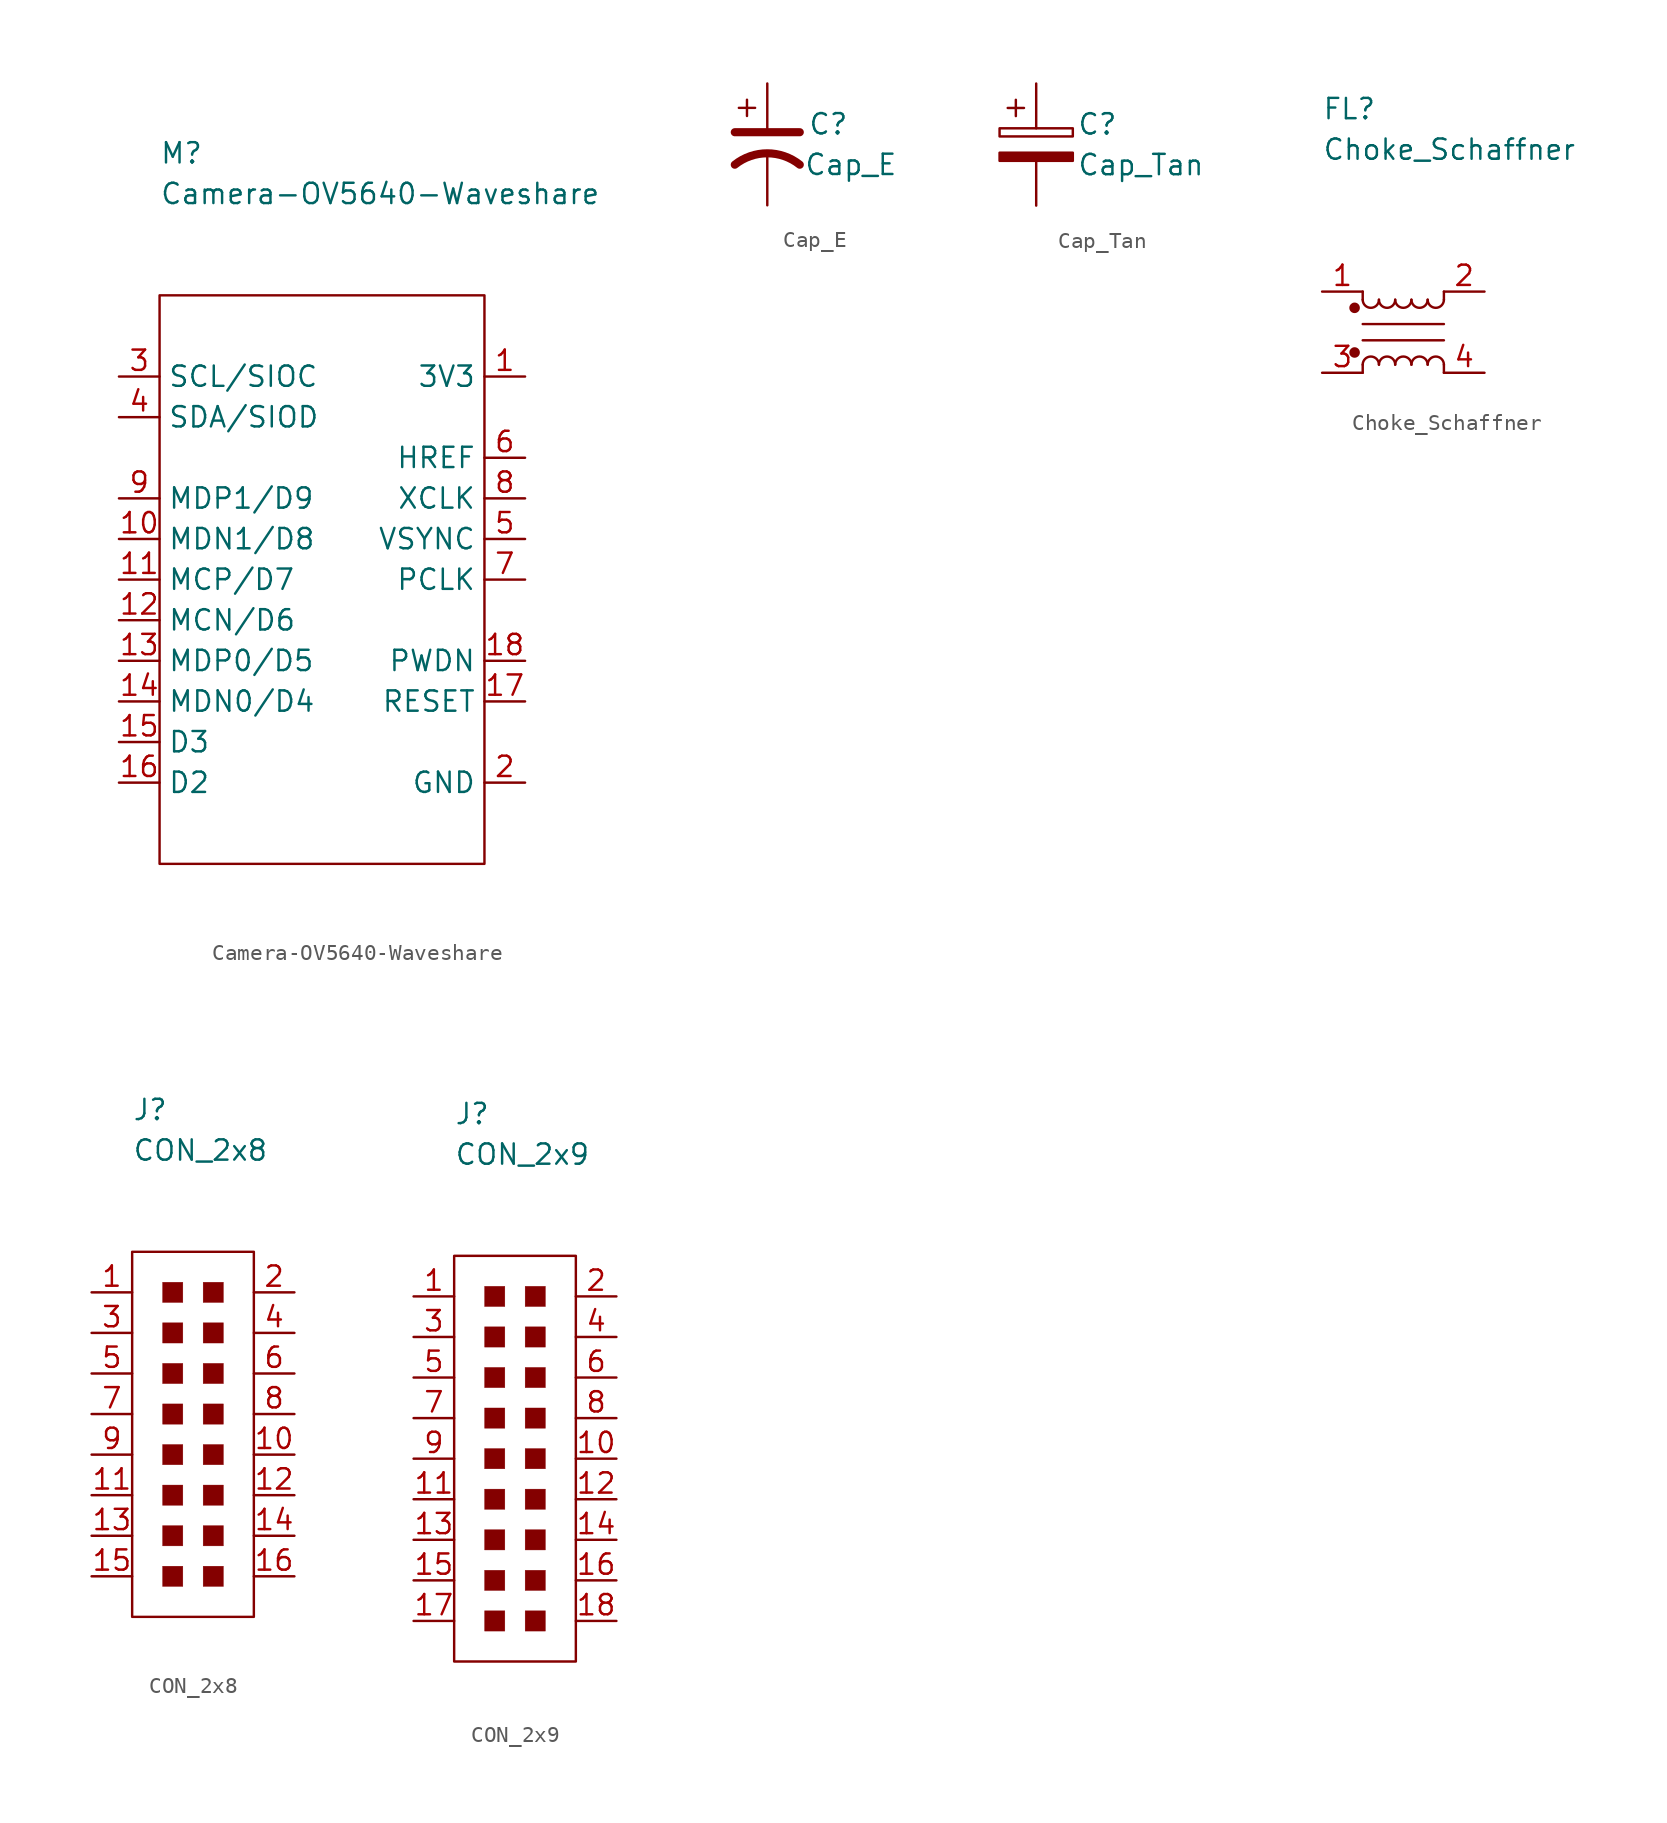
<source format=kicad_sym>
(kicad_symbol_lib
  (version 20211014)
  (generator kicad_symbol_editor)
  (symbol "Camera-OV5640-Waveshare"
    (property "Reference" "M"
      (at 0 8.89 0)
      (effects (font (size 1.27 1.27)) (justify left)))
    (property "Value" "Camera-OV5640-Waveshare"
      (at 0 6.35 0)
      (effects (font (size 1.27 1.27)) (justify left)))
    (symbol "Camera-OV5640-Waveshare_0_1"
      (rectangle (start 0 0) (end 20.32 -35.56) (stroke (width 0.152) (type default) (color 0 0 0 0)) (fill (type none))))
    (symbol "Camera-OV5640-Waveshare_1_1"
      (pin passive line (at 22.86 -5.08 180) (length 2.54) (name "3V3" (effects (font (size 1.27 1.27)))) (number "1" (effects (font (size 1.27 1.27)))))
      (pin passive line (at -2.54 -15.24 0) (length 2.54) (name "MDN1/D8" (effects (font (size 1.27 1.27)))) (number "10" (effects (font (size 1.27 1.27)))))
      (pin passive line (at -2.54 -17.78 0) (length 2.54) (name "MCP/D7" (effects (font (size 1.27 1.27)))) (number "11" (effects (font (size 1.27 1.27)))))
      (pin passive line (at -2.54 -20.32 0) (length 2.54) (name "MCN/D6" (effects (font (size 1.27 1.27)))) (number "12" (effects (font (size 1.27 1.27)))))
      (pin passive line (at -2.54 -22.86 0) (length 2.54) (name "MDP0/D5" (effects (font (size 1.27 1.27)))) (number "13" (effects (font (size 1.27 1.27)))))
      (pin passive line (at -2.54 -25.4 0) (length 2.54) (name "MDN0/D4" (effects (font (size 1.27 1.27)))) (number "14" (effects (font (size 1.27 1.27)))))
      (pin passive line (at -2.54 -27.94 0) (length 2.54) (name "D3" (effects (font (size 1.27 1.27)))) (number "15" (effects (font (size 1.27 1.27)))))
      (pin passive line (at -2.54 -30.48 0) (length 2.54) (name "D2" (effects (font (size 1.27 1.27)))) (number "16" (effects (font (size 1.27 1.27)))))
      (pin passive line (at 22.86 -25.4 180) (length 2.54) (name "RESET" (effects (font (size 1.27 1.27)))) (number "17" (effects (font (size 1.27 1.27)))))
      (pin passive line (at 22.86 -22.86 180) (length 2.54) (name "PWDN" (effects (font (size 1.27 1.27)))) (number "18" (effects (font (size 1.27 1.27)))))
      (pin passive line (at 22.86 -30.48 180) (length 2.54) (name "GND" (effects (font (size 1.27 1.27)))) (number "2" (effects (font (size 1.27 1.27)))))
      (pin passive line (at -2.54 -5.08 0) (length 2.54) (name "SCL/SIOC" (effects (font (size 1.27 1.27)))) (number "3" (effects (font (size 1.27 1.27)))))
      (pin passive line (at -2.54 -7.62 0) (length 2.54) (name "SDA/SIOD" (effects (font (size 1.27 1.27)))) (number "4" (effects (font (size 1.27 1.27)))))
      (pin passive line (at 22.86 -15.24 180) (length 2.54) (name "VSYNC" (effects (font (size 1.27 1.27)))) (number "5" (effects (font (size 1.27 1.27)))))
      (pin passive line (at 22.86 -10.16 180) (length 2.54) (name "HREF" (effects (font (size 1.27 1.27)))) (number "6" (effects (font (size 1.27 1.27)))))
      (pin passive line (at 22.86 -17.78 180) (length 2.54) (name "PCLK" (effects (font (size 1.27 1.27)))) (number "7" (effects (font (size 1.27 1.27)))))
      (pin passive line (at 22.86 -12.7 180) (length 2.54) (name "XCLK" (effects (font (size 1.27 1.27)))) (number "8" (effects (font (size 1.27 1.27)))))
      (pin passive line (at -2.54 -12.7 0) (length 2.54) (name "MDP1/D9" (effects (font (size 1.27 1.27)))) (number "9" (effects (font (size 1.27 1.27)))))))
  (symbol "Cap_E"
    (pin_numbers hide)
    (pin_names
      (offset 0.254) hide)
    (property "Reference" "C"
      (at 2.54 2.54 0)
      (effects (font (size 1.27 1.27)) (justify left)))
    (property "Value" "Cap_E"
      (at 2.286 0 0)
      (effects (font (size 1.27 1.27)) (justify left)))
    (symbol "Cap_E_0_1"
      (polyline (pts (xy -2.032 2.032) (xy 2.032 2.032)) (stroke (width 0.508) (type default) (color 0 0 0 0)) (fill (type none)))
      (polyline (pts (xy -1.778 3.556) (xy -0.762 3.556)) (stroke (width 0) (type default) (color 0 0 0 0)) (fill (type none)))
      (polyline (pts (xy -1.27 3.048) (xy -1.27 4.064)) (stroke (width 0) (type default) (color 0 0 0 0)) (fill (type none)))
      (arc (start 2.032 0) (mid 0 0.7128) (end -2.032 0) (stroke (width 0.508) (type default) (color 0 0 0 0)) (fill (type none))))
    (symbol "Cap_E_1_1"
      (pin passive line (at 0 -2.54 90) (length 3.302) (name "~" (effects (font (size 1.27 1.27)))) (number "N" (effects (font (size 1.27 1.27)))))
      (pin passive line (at 0 5.08 270) (length 2.794) (name "~" (effects (font (size 1.27 1.27)))) (number "P" (effects (font (size 1.27 1.27)))))))
  (symbol "Cap_Tan"
    (pin_numbers hide)
    (pin_names
      (offset 0.254))
    (property "Reference" "C"
      (at 2.54 2.54 0)
      (effects (font (size 1.27 1.27)) (justify left)))
    (property "Value" "Cap_Tan"
      (at 2.54 0 0)
      (effects (font (size 1.27 1.27)) (justify left)))
    (symbol "Cap_Tan_0_1"
      (rectangle (start -2.286 1.778) (end 2.286 2.286) (stroke (width 0) (type default) (color 0 0 0 0)) (fill (type none)))
      (polyline (pts (xy -1.778 3.556) (xy -0.762 3.556)) (stroke (width 0) (type default) (color 0 0 0 0)) (fill (type none)))
      (polyline (pts (xy -1.27 4.064) (xy -1.27 3.048)) (stroke (width 0) (type default) (color 0 0 0 0)) (fill (type none)))
      (rectangle (start 2.286 0.762) (end -2.286 0.254) (stroke (width 0) (type default) (color 0 0 0 0)) (fill (type outline))))
    (symbol "Cap_Tan_1_1"
      (pin passive line (at 0 -2.54 90) (length 2.794) (name "~" (effects (font (size 1.27 1.27)))) (number "N" (effects (font (size 1.27 1.27)))))
      (pin passive line (at 0 5.08 270) (length 2.794) (name "~" (effects (font (size 1.27 1.27)))) (number "P" (effects (font (size 1.27 1.27)))))))
  (symbol "Choke_Schaffner"
    (pin_names hide)
    (property "Reference" "FL"
      (at 0 11.43 0)
      (effects (font (size 1.27 1.27)) (justify left)))
    (property "Value" "Choke_Schaffner"
      (at 0 8.89 0)
      (effects (font (size 1.27 1.27)) (justify left)))
    (symbol "Choke_Schaffner_1_1"
      (polyline (pts (xy 2.54 -4.572) (xy 2.54 -5.08)) (stroke (width 0) (type default) (color 0 0 0 0)) (fill (type none)))
      (polyline (pts (xy 2.54 -2.032) (xy 7.62 -2.032)) (stroke (width 0) (type default) (color 0 0 0 0)) (fill (type none)))
      (polyline (pts (xy 2.54 -0.508) (xy 2.54 0)) (stroke (width 0) (type default) (color 0 0 0 0)) (fill (type none)))
      (polyline (pts (xy 7.62 -4.572) (xy 7.62 -5.08)) (stroke (width 0) (type default) (color 0 0 0 0)) (fill (type none)))
      (polyline (pts (xy 7.62 -3.048) (xy 2.54 -3.048)) (stroke (width 0) (type default) (color 0 0 0 0)) (fill (type none)))
      (polyline (pts (xy 7.62 0) (xy 7.62 -0.508)) (stroke (width 0) (type default) (color 0 0 0 0)) (fill (type none)))
      (circle (center 2.032 -3.81) (radius 0.254) (stroke (width 0) (type default) (color 0 0 0 0)) (fill (type outline)))
      (circle (center 2.032 -1.016) (radius 0.254) (stroke (width 0) (type default) (color 0 0 0 0)) (fill (type outline)))
      (arc (start 2.54 -0.508) (mid 3.048 -1.016) (end 3.556 -0.508) (stroke (width 0) (type default) (color 0 0 0 0)) (fill (type none)))
      (arc (start 3.556 -4.572) (mid 3.048 -4.064) (end 2.54 -4.572) (stroke (width 0) (type default) (color 0 0 0 0)) (fill (type none)))
      (arc (start 3.556 -0.508) (mid 4.064 -1.016) (end 4.572 -0.508) (stroke (width 0) (type default) (color 0 0 0 0)) (fill (type none)))
      (arc (start 4.572 -4.572) (mid 4.064 -4.064) (end 3.556 -4.572) (stroke (width 0) (type default) (color 0 0 0 0)) (fill (type none)))
      (arc (start 4.572 -0.508) (mid 5.08 -1.016) (end 5.588 -0.508) (stroke (width 0) (type default) (color 0 0 0 0)) (fill (type none)))
      (arc (start 5.588 -4.572) (mid 5.08 -4.064) (end 4.572 -4.572) (stroke (width 0) (type default) (color 0 0 0 0)) (fill (type none)))
      (arc (start 5.588 -0.508) (mid 6.096 -1.016) (end 6.604 -0.508) (stroke (width 0) (type default) (color 0 0 0 0)) (fill (type none)))
      (arc (start 6.604 -4.572) (mid 6.096 -4.064) (end 5.588 -4.572) (stroke (width 0) (type default) (color 0 0 0 0)) (fill (type none)))
      (arc (start 6.604 -0.508) (mid 7.112 -1.016) (end 7.62 -0.508) (stroke (width 0) (type default) (color 0 0 0 0)) (fill (type none)))
      (arc (start 7.62 -4.572) (mid 7.112 -4.064) (end 6.604 -4.572) (stroke (width 0) (type default) (color 0 0 0 0)) (fill (type none)))
      (pin passive line (at 0 0 0) (length 2.54) (name "1" (effects (font (size 1.27 1.27)))) (number "1" (effects (font (size 1.27 1.27)))))
      (pin passive line (at 10.16 0 180) (length 2.54) (name "2" (effects (font (size 1.27 1.27)))) (number "2" (effects (font (size 1.27 1.27)))))
      (pin passive line (at 0 -5.08 0) (length 2.54) (name "3" (effects (font (size 1.27 1.27)))) (number "3" (effects (font (size 1.27 1.27)))))
      (pin passive line (at 10.16 -5.08 180) (length 2.54) (name "4" (effects (font (size 1.27 1.27)))) (number "4" (effects (font (size 1.27 1.27)))))))
  (symbol "CON_2x8"
    (pin_names
      (offset 1.016))
    (property "Reference" "J"
      (at -5.08 21.59 0)
      (effects (font (size 1.27 1.27)) (justify left)))
    (property "Value" "CON_2x8"
      (at -5.08 19.05 0)
      (effects (font (size 1.27 1.27)) (justify left)))
    (symbol "CON_2x8_0_1"
      (rectangle (start -5.08 12.7) (end 2.54 -10.16) (stroke (width 0.152) (type default) (color 0 0 0 0)) (fill (type none)))
      (rectangle (start -3.175 -6.985) (end -1.905 -8.255) (stroke (width 0.001) (type default) (color 0 0 0 0)) (fill (type outline)))
      (rectangle (start -3.175 -4.445) (end -1.905 -5.715) (stroke (width 0.001) (type default) (color 0 0 0 0)) (fill (type outline)))
      (rectangle (start -3.175 -1.905) (end -1.905 -3.175) (stroke (width 0.001) (type default) (color 0 0 0 0)) (fill (type outline)))
      (rectangle (start -3.175 0.635) (end -1.905 -0.635) (stroke (width 0.001) (type default) (color 0 0 0 0)) (fill (type outline)))
      (rectangle (start -3.175 3.175) (end -1.905 1.905) (stroke (width 0.001) (type default) (color 0 0 0 0)) (fill (type outline)))
      (rectangle (start -3.175 5.715) (end -1.905 4.445) (stroke (width 0.001) (type default) (color 0 0 0 0)) (fill (type outline)))
      (rectangle (start -3.175 8.255) (end -1.905 6.985) (stroke (width 0.001) (type default) (color 0 0 0 0)) (fill (type outline)))
      (rectangle (start -3.175 10.795) (end -1.905 9.525) (stroke (width 0.001) (type default) (color 0 0 0 0)) (fill (type outline)))
      (rectangle (start -0.635 -6.985) (end 0.635 -8.255) (stroke (width 0.001) (type default) (color 0 0 0 0)) (fill (type outline)))
      (rectangle (start -0.635 -4.445) (end 0.635 -5.715) (stroke (width 0.001) (type default) (color 0 0 0 0)) (fill (type outline)))
      (rectangle (start -0.635 -1.905) (end 0.635 -3.175) (stroke (width 0.001) (type default) (color 0 0 0 0)) (fill (type outline)))
      (rectangle (start -0.635 0.635) (end 0.635 -0.635) (stroke (width 0.001) (type default) (color 0 0 0 0)) (fill (type outline)))
      (rectangle (start -0.635 3.175) (end 0.635 1.905) (stroke (width 0.001) (type default) (color 0 0 0 0)) (fill (type outline)))
      (rectangle (start -0.635 5.715) (end 0.635 4.445) (stroke (width 0.001) (type default) (color 0 0 0 0)) (fill (type outline)))
      (rectangle (start -0.635 8.255) (end 0.635 6.985) (stroke (width 0.001) (type default) (color 0 0 0 0)) (fill (type outline)))
      (rectangle (start -0.635 10.795) (end 0.635 9.525) (stroke (width 0.001) (type default) (color 0 0 0 0)) (fill (type outline))))
    (symbol "CON_2x8_1_1"
      (pin passive line (at -7.62 10.16 0) (length 2.54) (name "~" (effects (font (size 1.27 1.27)))) (number "1" (effects (font (size 1.27 1.27)))))
      (pin passive line (at 5.08 0 180) (length 2.54) (name "~" (effects (font (size 1.27 1.27)))) (number "10" (effects (font (size 1.27 1.27)))))
      (pin passive line (at -7.62 -2.54 0) (length 2.54) (name "~" (effects (font (size 1.27 1.27)))) (number "11" (effects (font (size 1.27 1.27)))))
      (pin passive line (at 5.08 -2.54 180) (length 2.54) (name "~" (effects (font (size 1.27 1.27)))) (number "12" (effects (font (size 1.27 1.27)))))
      (pin passive line (at -7.62 -5.08 0) (length 2.54) (name "~" (effects (font (size 1.27 1.27)))) (number "13" (effects (font (size 1.27 1.27)))))
      (pin passive line (at 5.08 -5.08 180) (length 2.54) (name "~" (effects (font (size 1.27 1.27)))) (number "14" (effects (font (size 1.27 1.27)))))
      (pin passive line (at -7.62 -7.62 0) (length 2.54) (name "~" (effects (font (size 1.27 1.27)))) (number "15" (effects (font (size 1.27 1.27)))))
      (pin passive line (at 5.08 -7.62 180) (length 2.54) (name "~" (effects (font (size 1.27 1.27)))) (number "16" (effects (font (size 1.27 1.27)))))
      (pin passive line (at 5.08 10.16 180) (length 2.54) (name "~" (effects (font (size 1.27 1.27)))) (number "2" (effects (font (size 1.27 1.27)))))
      (pin passive line (at -7.62 7.62 0) (length 2.54) (name "~" (effects (font (size 1.27 1.27)))) (number "3" (effects (font (size 1.27 1.27)))))
      (pin passive line (at 5.08 7.62 180) (length 2.54) (name "~" (effects (font (size 1.27 1.27)))) (number "4" (effects (font (size 1.27 1.27)))))
      (pin passive line (at -7.62 5.08 0) (length 2.54) (name "~" (effects (font (size 1.27 1.27)))) (number "5" (effects (font (size 1.27 1.27)))))
      (pin passive line (at 5.08 5.08 180) (length 2.54) (name "~" (effects (font (size 1.27 1.27)))) (number "6" (effects (font (size 1.27 1.27)))))
      (pin passive line (at -7.62 2.54 0) (length 2.54) (name "~" (effects (font (size 1.27 1.27)))) (number "7" (effects (font (size 1.27 1.27)))))
      (pin passive line (at 5.08 2.54 180) (length 2.54) (name "~" (effects (font (size 1.27 1.27)))) (number "8" (effects (font (size 1.27 1.27)))))
      (pin passive line (at -7.62 0 0) (length 2.54) (name "~" (effects (font (size 1.27 1.27)))) (number "9" (effects (font (size 1.27 1.27)))))))
  (symbol "CON_2x9"
    (pin_names
      (offset 1.016))
    (property "Reference" "J"
      (at -5.08 21.59 0)
      (effects (font (size 1.27 1.27)) (justify left)))
    (property "Value" "CON_2x9"
      (at -5.08 19.05 0)
      (effects (font (size 1.27 1.27)) (justify left)))
    (symbol "CON_2x9_0_1"
      (rectangle (start -5.08 12.7) (end 2.54 -12.7) (stroke (width 0.152) (type default) (color 0 0 0 0)) (fill (type none)))
      (rectangle (start -3.175 -9.525) (end -1.905 -10.795) (stroke (width 0.001) (type default) (color 0 0 0 0)) (fill (type outline)))
      (rectangle (start -3.175 -6.985) (end -1.905 -8.255) (stroke (width 0.001) (type default) (color 0 0 0 0)) (fill (type outline)))
      (rectangle (start -3.175 -4.445) (end -1.905 -5.715) (stroke (width 0.001) (type default) (color 0 0 0 0)) (fill (type outline)))
      (rectangle (start -3.175 -1.905) (end -1.905 -3.175) (stroke (width 0.001) (type default) (color 0 0 0 0)) (fill (type outline)))
      (rectangle (start -3.175 0.635) (end -1.905 -0.635) (stroke (width 0.001) (type default) (color 0 0 0 0)) (fill (type outline)))
      (rectangle (start -3.175 3.175) (end -1.905 1.905) (stroke (width 0.001) (type default) (color 0 0 0 0)) (fill (type outline)))
      (rectangle (start -3.175 5.715) (end -1.905 4.445) (stroke (width 0.001) (type default) (color 0 0 0 0)) (fill (type outline)))
      (rectangle (start -3.175 8.255) (end -1.905 6.985) (stroke (width 0.001) (type default) (color 0 0 0 0)) (fill (type outline)))
      (rectangle (start -3.175 10.795) (end -1.905 9.525) (stroke (width 0.001) (type default) (color 0 0 0 0)) (fill (type outline)))
      (rectangle (start -0.635 -9.525) (end 0.635 -10.795) (stroke (width 0.001) (type default) (color 0 0 0 0)) (fill (type outline)))
      (rectangle (start -0.635 -6.985) (end 0.635 -8.255) (stroke (width 0.001) (type default) (color 0 0 0 0)) (fill (type outline)))
      (rectangle (start -0.635 -4.445) (end 0.635 -5.715) (stroke (width 0.001) (type default) (color 0 0 0 0)) (fill (type outline)))
      (rectangle (start -0.635 -1.905) (end 0.635 -3.175) (stroke (width 0.001) (type default) (color 0 0 0 0)) (fill (type outline)))
      (rectangle (start -0.635 0.635) (end 0.635 -0.635) (stroke (width 0.001) (type default) (color 0 0 0 0)) (fill (type outline)))
      (rectangle (start -0.635 3.175) (end 0.635 1.905) (stroke (width 0.001) (type default) (color 0 0 0 0)) (fill (type outline)))
      (rectangle (start -0.635 5.715) (end 0.635 4.445) (stroke (width 0.001) (type default) (color 0 0 0 0)) (fill (type outline)))
      (rectangle (start -0.635 8.255) (end 0.635 6.985) (stroke (width 0.001) (type default) (color 0 0 0 0)) (fill (type outline)))
      (rectangle (start -0.635 10.795) (end 0.635 9.525) (stroke (width 0.001) (type default) (color 0 0 0 0)) (fill (type outline))))
    (symbol "CON_2x9_1_1"
      (pin passive line (at -7.62 10.16 0) (length 2.54) (name "~" (effects (font (size 1.27 1.27)))) (number "1" (effects (font (size 1.27 1.27)))))
      (pin passive line (at 5.08 0 180) (length 2.54) (name "~" (effects (font (size 1.27 1.27)))) (number "10" (effects (font (size 1.27 1.27)))))
      (pin passive line (at -7.62 -2.54 0) (length 2.54) (name "~" (effects (font (size 1.27 1.27)))) (number "11" (effects (font (size 1.27 1.27)))))
      (pin passive line (at 5.08 -2.54 180) (length 2.54) (name "~" (effects (font (size 1.27 1.27)))) (number "12" (effects (font (size 1.27 1.27)))))
      (pin passive line (at -7.62 -5.08 0) (length 2.54) (name "~" (effects (font (size 1.27 1.27)))) (number "13" (effects (font (size 1.27 1.27)))))
      (pin passive line (at 5.08 -5.08 180) (length 2.54) (name "~" (effects (font (size 1.27 1.27)))) (number "14" (effects (font (size 1.27 1.27)))))
      (pin passive line (at -7.62 -7.62 0) (length 2.54) (name "~" (effects (font (size 1.27 1.27)))) (number "15" (effects (font (size 1.27 1.27)))))
      (pin passive line (at 5.08 -7.62 180) (length 2.54) (name "~" (effects (font (size 1.27 1.27)))) (number "16" (effects (font (size 1.27 1.27)))))
      (pin passive line (at -7.62 -10.16 0) (length 2.54) (name "~" (effects (font (size 1.27 1.27)))) (number "17" (effects (font (size 1.27 1.27)))))
      (pin passive line (at 5.08 -10.16 180) (length 2.54) (name "~" (effects (font (size 1.27 1.27)))) (number "18" (effects (font (size 1.27 1.27)))))
      (pin passive line (at 5.08 10.16 180) (length 2.54) (name "~" (effects (font (size 1.27 1.27)))) (number "2" (effects (font (size 1.27 1.27)))))
      (pin passive line (at -7.62 7.62 0) (length 2.54) (name "~" (effects (font (size 1.27 1.27)))) (number "3" (effects (font (size 1.27 1.27)))))
      (pin passive line (at 5.08 7.62 180) (length 2.54) (name "~" (effects (font (size 1.27 1.27)))) (number "4" (effects (font (size 1.27 1.27)))))
      (pin passive line (at -7.62 5.08 0) (length 2.54) (name "~" (effects (font (size 1.27 1.27)))) (number "5" (effects (font (size 1.27 1.27)))))
      (pin passive line (at 5.08 5.08 180) (length 2.54) (name "~" (effects (font (size 1.27 1.27)))) (number "6" (effects (font (size 1.27 1.27)))))
      (pin passive line (at -7.62 2.54 0) (length 2.54) (name "~" (effects (font (size 1.27 1.27)))) (number "7" (effects (font (size 1.27 1.27)))))
      (pin passive line (at 5.08 2.54 180) (length 2.54) (name "~" (effects (font (size 1.27 1.27)))) (number "8" (effects (font (size 1.27 1.27)))))
      (pin passive line (at -7.62 0 0) (length 2.54) (name "~" (effects (font (size 1.27 1.27)))) (number "9" (effects (font (size 1.27 1.27))))))))
</source>
